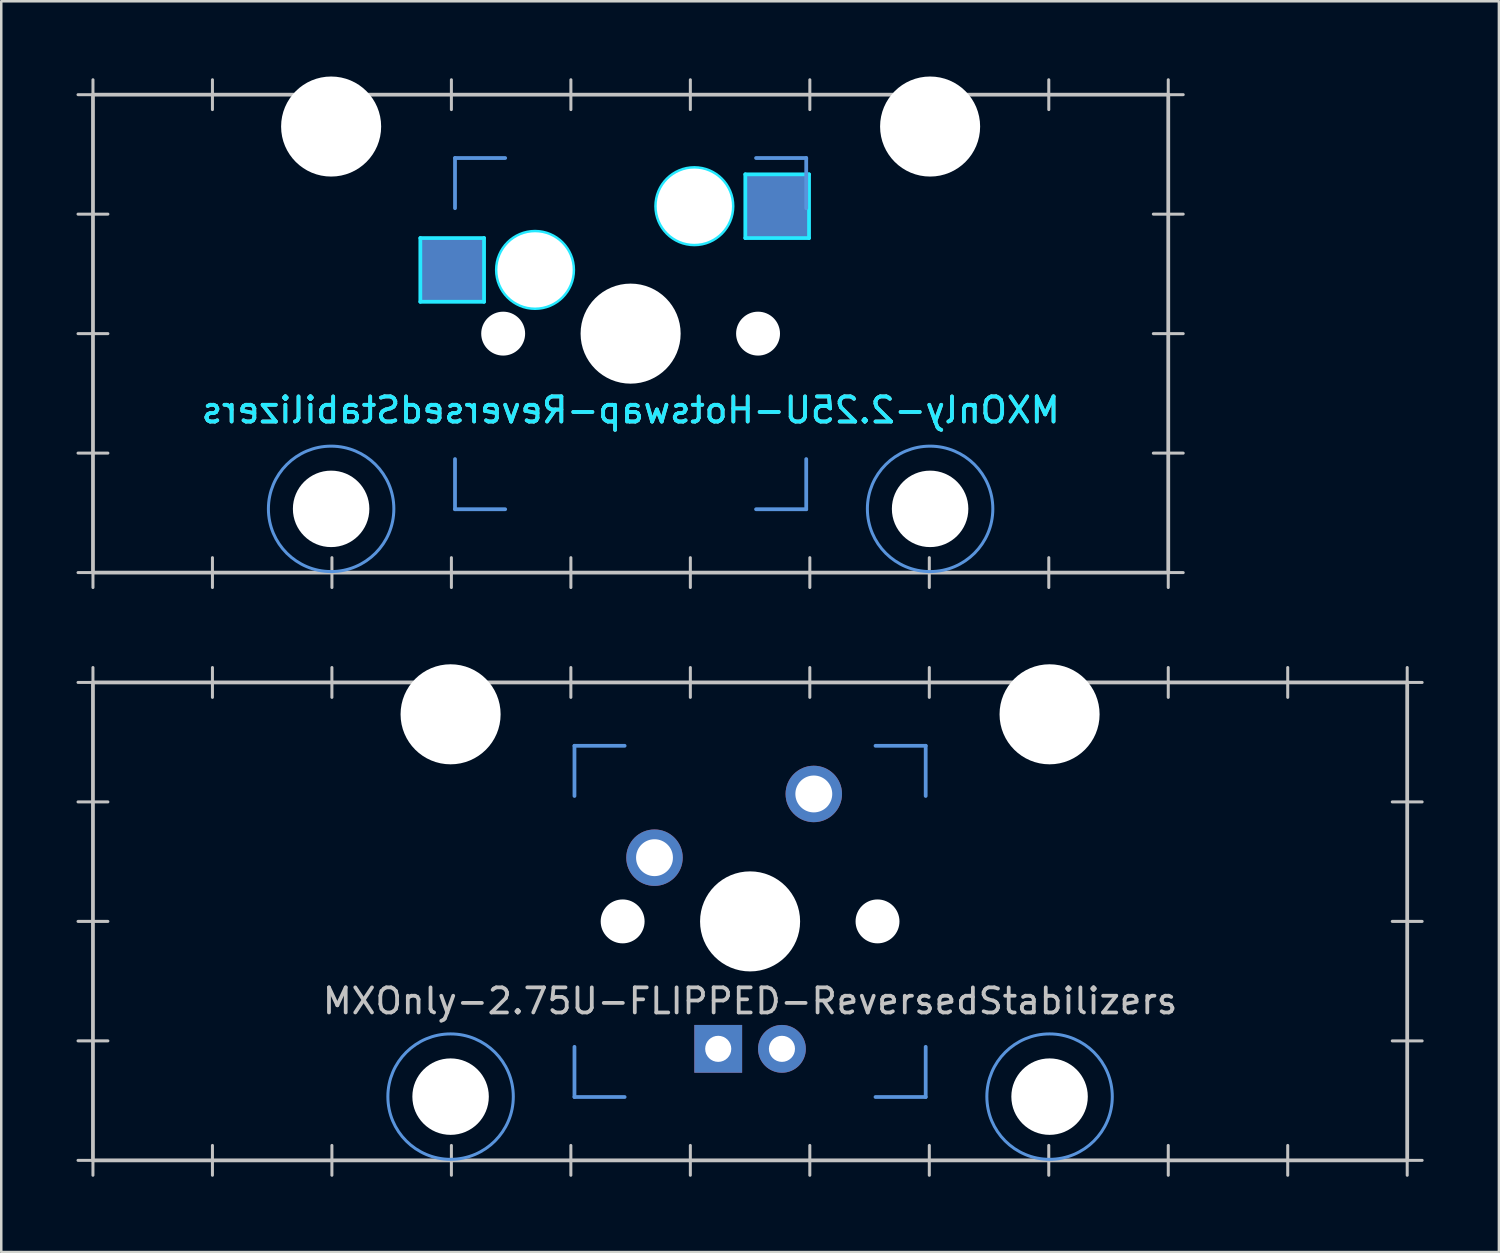
<source format=kicad_pcb>
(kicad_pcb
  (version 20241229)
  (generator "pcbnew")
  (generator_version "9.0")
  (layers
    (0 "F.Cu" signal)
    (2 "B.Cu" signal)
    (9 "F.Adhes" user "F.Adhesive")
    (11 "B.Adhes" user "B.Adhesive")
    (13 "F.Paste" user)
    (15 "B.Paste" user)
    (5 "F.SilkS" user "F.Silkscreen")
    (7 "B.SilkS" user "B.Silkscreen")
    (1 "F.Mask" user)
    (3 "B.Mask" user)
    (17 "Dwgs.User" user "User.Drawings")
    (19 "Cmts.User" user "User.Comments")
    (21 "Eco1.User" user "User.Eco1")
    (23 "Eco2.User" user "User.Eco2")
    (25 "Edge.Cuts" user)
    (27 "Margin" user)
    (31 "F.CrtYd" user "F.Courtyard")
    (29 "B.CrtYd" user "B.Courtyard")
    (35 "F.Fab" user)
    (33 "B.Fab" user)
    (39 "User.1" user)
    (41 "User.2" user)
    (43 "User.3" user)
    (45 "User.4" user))
  (footprint "MXOnly-2.75U-FLIPPED-ReversedStabilizers"
    (layer "F.Cu")
    (at 26.849 33.678)
    (property "Reference" "MXOnly-2.75U-FLIPPED-ReversedStabilizers" (at 0 3.175 0) (layer "Dwgs.User") (effects (font (size 1 1) (thickness 0.15))))
    (attr through_hole)
    (fp_line (start -26.789 -9.525) (end -26.194 -9.525) (stroke (width 0.12) (type solid)) (layer "Dwgs.User"))
    (fp_line (start -26.789 -0.000008) (end -25.598 -0.000008) (stroke (width 0.12) (type solid)) (layer "Dwgs.User"))
    (fp_line (start -26.789 4.762) (end -25.598 4.762) (stroke (width 0.12) (type solid)) (layer "Dwgs.User"))
    (fp_line (start -26.789 9.525) (end -26.194 9.525) (stroke (width 0.12) (type solid)) (layer "Dwgs.User"))
    (fp_line (start -26.194 10.12) (end -26.194 9.525) (stroke (width 0.12) (type solid)) (layer "Dwgs.User"))
    (fp_line (start -26.194 -10.12) (end -26.194 -9.525) (stroke (width 0.12) (type solid)) (layer "Dwgs.User"))
    (fp_line (start -26.194 -9.525) (end 26.194 -9.525) (stroke (width 0.15) (type solid)) (layer "Dwgs.User"))
    (fp_line (start -26.194 9.525) (end -26.194 -9.525) (stroke (width 0.15) (type solid)) (layer "Dwgs.User"))
    (fp_line (start -26.194 9.525) (end 26.194 9.525) (stroke (width 0.15) (type solid)) (layer "Dwgs.User"))
    (fp_line (start -25.598 -4.763) (end -26.789 -4.763) (stroke (width 0.12) (type solid)) (layer "Dwgs.User"))
    (fp_line (start -21.431 8.93) (end -21.431 10.12) (stroke (width 0.12) (type solid)) (layer "Dwgs.User"))
    (fp_line (start -21.431 -10.12) (end -21.431 -8.93) (stroke (width 0.12) (type solid)) (layer "Dwgs.User"))
    (fp_line (start -16.669 8.93) (end -16.669 10.12) (stroke (width 0.12) (type solid)) (layer "Dwgs.User"))
    (fp_line (start -16.669 -10.12) (end -16.669 -8.93) (stroke (width 0.12) (type solid)) (layer "Dwgs.User"))
    (fp_line (start -11.906 10.12) (end -11.906 8.93) (stroke (width 0.12) (type solid)) (layer "Dwgs.User"))
    (fp_line (start -11.906 -8.93) (end -11.906 -10.12) (stroke (width 0.12) (type solid)) (layer "Dwgs.User"))
    (fp_line (start -7.144 8.93) (end -7.144 10.12) (stroke (width 0.12) (type solid)) (layer "Dwgs.User"))
    (fp_line (start -7.144 -10.12) (end -7.144 -8.93) (stroke (width 0.12) (type solid)) (layer "Dwgs.User"))
    (fp_line (start -2.381 10.12) (end -2.381 8.93) (stroke (width 0.12) (type solid)) (layer "Dwgs.User"))
    (fp_line (start -2.381 -8.93) (end -2.381 -10.12) (stroke (width 0.12) (type solid)) (layer "Dwgs.User"))
    (fp_line (start 2.381 8.93) (end 2.381 10.12) (stroke (width 0.12) (type solid)) (layer "Dwgs.User"))
    (fp_line (start 2.381 -10.12) (end 2.381 -8.93) (stroke (width 0.12) (type solid)) (layer "Dwgs.User"))
    (fp_line (start 7.144 10.12) (end 7.144 8.93) (stroke (width 0.12) (type solid)) (layer "Dwgs.User"))
    (fp_line (start 7.144 -8.93) (end 7.144 -10.12) (stroke (width 0.12) (type solid)) (layer "Dwgs.User"))
    (fp_line (start 11.906 10.12) (end 11.906 8.93) (stroke (width 0.12) (type solid)) (layer "Dwgs.User"))
    (fp_line (start 11.906 -8.93) (end 11.906 -10.12) (stroke (width 0.12) (type solid)) (layer "Dwgs.User"))
    (fp_line (start 16.669 8.93) (end 16.669 10.12) (stroke (width 0.12) (type solid)) (layer "Dwgs.User"))
    (fp_line (start 16.669 -8.93) (end 16.669 -10.12) (stroke (width 0.12) (type solid)) (layer "Dwgs.User"))
    (fp_line (start 21.431 8.93) (end 21.431 10.12) (stroke (width 0.12) (type solid)) (layer "Dwgs.User"))
    (fp_line (start 21.431 -8.93) (end 21.431 -10.12) (stroke (width 0.12) (type solid)) (layer "Dwgs.User"))
    (fp_line (start 25.598 4.763) (end 26.789 4.763) (stroke (width 0.12) (type solid)) (layer "Dwgs.User"))
    (fp_line (start 26.194 -9.525) (end 26.194 9.525) (stroke (width 0.15) (type solid)) (layer "Dwgs.User"))
    (fp_line (start 26.194 10.12) (end 26.194 9.525) (stroke (width 0.12) (type solid)) (layer "Dwgs.User"))
    (fp_line (start 26.194 -10.12) (end 26.194 -9.525) (stroke (width 0.12) (type solid)) (layer "Dwgs.User"))
    (fp_line (start 26.789 -9.525) (end 26.194 -9.525) (stroke (width 0.12) (type solid)) (layer "Dwgs.User"))
    (fp_line (start 26.789 -4.763) (end 25.598 -4.763) (stroke (width 0.12) (type solid)) (layer "Dwgs.User"))
    (fp_line (start 26.789 0) (end 25.598 0) (stroke (width 0.12) (type solid)) (layer "Dwgs.User"))
    (fp_line (start 26.789 9.525) (end 26.194 9.525) (stroke (width 0.12) (type solid)) (layer "Dwgs.User"))
    (fp_line (start -7 -7) (end -7 -5) (stroke (width 0.15) (type solid)) (layer "Cmts.User"))
    (fp_line (start -7 7) (end -7 5) (stroke (width 0.15) (type solid)) (layer "Cmts.User"))
    (fp_line (start -5 -7) (end -7 -7) (stroke (width 0.15) (type solid)) (layer "Cmts.User"))
    (fp_line (start -5 7) (end -7 7) (stroke (width 0.15) (type solid)) (layer "Cmts.User"))
    (fp_line (start 5 -7) (end 7 -7) (stroke (width 0.15) (type solid)) (layer "Cmts.User"))
    (fp_line (start 7 -7) (end 7 -5) (stroke (width 0.15) (type solid)) (layer "Cmts.User"))
    (fp_line (start 7 5) (end 7 7) (stroke (width 0.15) (type solid)) (layer "Cmts.User"))
    (fp_line (start 7 7) (end 5 7) (stroke (width 0.15) (type solid)) (layer "Cmts.User"))
    (fp_circle (center -11.938 6.985) (end -14.438 6.985) (stroke (width 0.12) (type solid)) (fill no) (layer "Cmts.User"))
    (fp_circle (center 11.938 6.985) (end 9.438 6.985) (stroke (width 0.12) (type solid)) (fill no) (layer "Cmts.User"))
    (pad "" np_thru_hole circle (at -11.938 -8.255) (size 3.988 3.988) (drill 3.988) (layers "*.Cu" "*.Mask"))
    (pad "" np_thru_hole circle (at -11.938 6.985) (size 3.048 3.048) (drill 3.048) (layers "*.Cu" "*.Mask"))
    (pad "" np_thru_hole circle (at -5.08 0 48.1) (size 1.75 1.75) (drill 1.75) (layers "*.Cu" "*.Mask"))
    (pad "" np_thru_hole circle (at 0 0) (size 3.988 3.988) (drill 3.988) (layers "*.Cu" "*.Mask"))
    (pad "" np_thru_hole circle (at 5.08 0 48.1) (size 1.75 1.75) (drill 1.75) (layers "*.Cu" "*.Mask"))
    (pad "" np_thru_hole circle (at 11.938 -8.255) (size 3.988 3.988) (drill 3.988) (layers "*.Cu" "*.Mask"))
    (pad "" np_thru_hole circle (at 11.938 6.985) (size 3.048 3.048) (drill 3.048) (layers "*.Cu" "*.Mask"))
    (pad "1" thru_hole circle (at -3.81 -2.54) (size 2.25 2.25) (drill 1.47) (layers "*.Cu" "B.Mask"))
    (pad "2" thru_hole circle (at 2.54 -5.08) (size 2.25 2.25) (drill 1.47) (layers "*.Cu" "B.Mask"))
    (pad "3" thru_hole circle (at 1.27 5.08) (size 1.905 1.905) (drill 1.04) (layers "*.Cu" "B.Mask"))
    (pad "4" thru_hole rect (at -1.27 5.08) (size 1.905 1.905) (drill 1.04) (layers "*.Cu" "B.Mask")))
  (footprint "MXOnly-2.25U-Hotswap-ReversedStabilizers"
    (layer "F.Cu")
    (at 22.087 10.249)
    (property "Reference" "MXOnly-2.25U-Hotswap-ReversedStabilizers" (at 0 3.048 0) (layer "B.CrtYd") (effects (font (size 1 1) (thickness 0.15)) (justify mirror)))
    (attr smd)
    (fp_line (start -22.027 -9.525) (end -21.431 -9.525) (stroke (width 0.12) (type solid)) (layer "Dwgs.User"))
    (fp_line (start -22.027 -0.000008) (end -20.836 -0.000008) (stroke (width 0.12) (type solid)) (layer "Dwgs.User"))
    (fp_line (start -22.027 4.762) (end -20.836 4.762) (stroke (width 0.12) (type solid)) (layer "Dwgs.User"))
    (fp_line (start -22.027 9.525) (end -21.431 9.525) (stroke (width 0.12) (type solid)) (layer "Dwgs.User"))
    (fp_line (start -21.431 10.12) (end -21.431 9.525) (stroke (width 0.12) (type solid)) (layer "Dwgs.User"))
    (fp_line (start -21.431 -10.12) (end -21.431 -9.525) (stroke (width 0.12) (type solid)) (layer "Dwgs.User"))
    (fp_line (start -21.431 -9.525) (end 21.431 -9.525) (stroke (width 0.15) (type solid)) (layer "Dwgs.User"))
    (fp_line (start -21.431 9.525) (end -21.431 -9.525) (stroke (width 0.15) (type solid)) (layer "Dwgs.User"))
    (fp_line (start -20.836 -4.763) (end -22.027 -4.763) (stroke (width 0.12) (type solid)) (layer "Dwgs.User"))
    (fp_line (start -16.669 8.93) (end -16.669 10.12) (stroke (width 0.12) (type solid)) (layer "Dwgs.User"))
    (fp_line (start -16.669 -10.12) (end -16.669 -8.93) (stroke (width 0.12) (type solid)) (layer "Dwgs.User"))
    (fp_line (start -11.906 8.93) (end -11.906 10.12) (stroke (width 0.12) (type solid)) (layer "Dwgs.User"))
    (fp_line (start -11.906 -10.12) (end -11.906 -8.93) (stroke (width 0.12) (type solid)) (layer "Dwgs.User"))
    (fp_line (start -7.144 10.12) (end -7.144 8.93) (stroke (width 0.12) (type solid)) (layer "Dwgs.User"))
    (fp_line (start -7.144 -8.93) (end -7.144 -10.12) (stroke (width 0.12) (type solid)) (layer "Dwgs.User"))
    (fp_line (start -2.381 8.93) (end -2.381 10.12) (stroke (width 0.12) (type solid)) (layer "Dwgs.User"))
    (fp_line (start -2.381 -10.12) (end -2.381 -8.93) (stroke (width 0.12) (type solid)) (layer "Dwgs.User"))
    (fp_line (start 2.381 10.12) (end 2.381 8.93) (stroke (width 0.12) (type solid)) (layer "Dwgs.User"))
    (fp_line (start 2.381 -8.93) (end 2.381 -10.12) (stroke (width 0.12) (type solid)) (layer "Dwgs.User"))
    (fp_line (start 7.144 8.93) (end 7.144 10.12) (stroke (width 0.12) (type solid)) (layer "Dwgs.User"))
    (fp_line (start 7.144 -10.12) (end 7.144 -8.93) (stroke (width 0.12) (type solid)) (layer "Dwgs.User"))
    (fp_line (start 11.906 10.12) (end 11.906 8.93) (stroke (width 0.12) (type solid)) (layer "Dwgs.User"))
    (fp_line (start 11.906 -8.93) (end 11.906 -10.12) (stroke (width 0.12) (type solid)) (layer "Dwgs.User"))
    (fp_line (start 16.669 10.12) (end 16.669 8.93) (stroke (width 0.12) (type solid)) (layer "Dwgs.User"))
    (fp_line (start 16.669 -8.93) (end 16.669 -10.12) (stroke (width 0.12) (type solid)) (layer "Dwgs.User"))
    (fp_line (start 20.836 4.763) (end 22.027 4.763) (stroke (width 0.12) (type solid)) (layer "Dwgs.User"))
    (fp_line (start 21.431 -9.525) (end 21.431 9.525) (stroke (width 0.15) (type solid)) (layer "Dwgs.User"))
    (fp_line (start 21.431 9.525) (end -21.431 9.525) (stroke (width 0.15) (type solid)) (layer "Dwgs.User"))
    (fp_line (start 21.431 10.12) (end 21.431 9.525) (stroke (width 0.12) (type solid)) (layer "Dwgs.User"))
    (fp_line (start 21.431 -10.12) (end 21.431 -9.525) (stroke (width 0.12) (type solid)) (layer "Dwgs.User"))
    (fp_line (start 22.027 -9.525) (end 21.431 -9.525) (stroke (width 0.12) (type solid)) (layer "Dwgs.User"))
    (fp_line (start 22.027 -4.763) (end 20.836 -4.763) (stroke (width 0.12) (type solid)) (layer "Dwgs.User"))
    (fp_line (start 22.027 0) (end 20.836 0) (stroke (width 0.12) (type solid)) (layer "Dwgs.User"))
    (fp_line (start 22.027 9.525) (end 21.431 9.525) (stroke (width 0.12) (type solid)) (layer "Dwgs.User"))
    (fp_line (start -7 -7) (end -7 -5) (stroke (width 0.15) (type solid)) (layer "Cmts.User"))
    (fp_line (start -7 7) (end -7 5) (stroke (width 0.15) (type solid)) (layer "Cmts.User"))
    (fp_line (start -5 -7) (end -7 -7) (stroke (width 0.15) (type solid)) (layer "Cmts.User"))
    (fp_line (start -5 7) (end -7 7) (stroke (width 0.15) (type solid)) (layer "Cmts.User"))
    (fp_line (start 5 -7) (end 7 -7) (stroke (width 0.15) (type solid)) (layer "Cmts.User"))
    (fp_line (start 7 -7) (end 7 -5) (stroke (width 0.15) (type solid)) (layer "Cmts.User"))
    (fp_line (start 7 5) (end 7 7) (stroke (width 0.15) (type solid)) (layer "Cmts.User"))
    (fp_line (start 7 7) (end 5 7) (stroke (width 0.15) (type solid)) (layer "Cmts.User"))
    (fp_circle (center -11.938 6.985) (end -14.438 6.985) (stroke (width 0.12) (type solid)) (fill no) (layer "Cmts.User"))
    (fp_circle (center 11.938 6.985) (end 9.438 6.985) (stroke (width 0.12) (type solid)) (fill no) (layer "Cmts.User"))
    (fp_line (start -8.382 -3.81) (end -5.842 -3.81) (stroke (width 0.15) (type solid)) (layer "B.CrtYd"))
    (fp_line (start -8.382 -1.27) (end -8.382 -3.81) (stroke (width 0.15) (type solid)) (layer "B.CrtYd"))
    (fp_line (start -5.842 -3.81) (end -5.842 -1.27) (stroke (width 0.15) (type solid)) (layer "B.CrtYd"))
    (fp_line (start -5.842 -1.27) (end -8.382 -1.27) (stroke (width 0.15) (type solid)) (layer "B.CrtYd"))
    (fp_line (start 4.572 -6.35) (end 7.112 -6.35) (stroke (width 0.15) (type solid)) (layer "B.CrtYd"))
    (fp_line (start 4.572 -3.81) (end 4.572 -6.35) (stroke (width 0.15) (type solid)) (layer "B.CrtYd"))
    (fp_line (start 7.112 -6.35) (end 7.112 -3.81) (stroke (width 0.15) (type solid)) (layer "B.CrtYd"))
    (fp_line (start 7.112 -3.81) (end 4.572 -3.81) (stroke (width 0.15) (type solid)) (layer "B.CrtYd"))
    (fp_circle (center -3.81 -2.54) (end -3.81 -4.064) (stroke (width 0.15) (type solid)) (fill no) (layer "B.CrtYd"))
    (fp_circle (center 2.54 -5.08) (end 2.54 -6.604) (stroke (width 0.15) (type solid)) (fill no) (layer "B.CrtYd"))
    (fp_text user "${REFERENCE}" (at 0 3.048 0) (layer "B.SilkS") (effects (font (size 1 1) (thickness 0.15)) (justify mirror)))
    (pad "" np_thru_hole circle (at -11.938 -8.255) (size 3.988 3.988) (drill 3.988) (layers "*.Cu" "*.Mask"))
    (pad "" np_thru_hole circle (at -11.938 6.985) (size 3.048 3.048) (drill 3.048) (layers "*.Cu" "*.Mask"))
    (pad "" np_thru_hole circle (at -5.08 0 48.1) (size 1.75 1.75) (drill 1.75) (layers "*.Cu" "*.Mask"))
    (pad "" np_thru_hole circle (at -3.81 -2.54) (size 3 3) (drill 3) (layers "*.Cu" "*.Mask"))
    (pad "" np_thru_hole circle (at 0 0) (size 3.988 3.988) (drill 3.988) (layers "*.Cu" "*.Mask"))
    (pad "" np_thru_hole circle (at 2.54 -5.08) (size 3 3) (drill 3) (layers "*.Cu" "*.Mask"))
    (pad "" np_thru_hole circle (at 5.08 0 48.1) (size 1.75 1.75) (drill 1.75) (layers "*.Cu" "*.Mask"))
    (pad "" np_thru_hole circle (at 11.938 -8.255) (size 3.988 3.988) (drill 3.988) (layers "*.Cu" "*.Mask"))
    (pad "" np_thru_hole circle (at 11.938 6.985) (size 3.048 3.048) (drill 3.048) (layers "*.Cu" "*.Mask"))
    (pad "1" smd rect (at -7.085 -2.54) (size 2.55 2.5) (layers "B.Cu" "B.Mask" "B.Paste"))
    (pad "2" smd rect (at 5.842 -5.08) (size 2.55 2.5) (layers "B.Cu" "B.Mask" "B.Paste")))
  (gr_rect
    (start -3 -3)
    (end 56.698 46.858)
    (stroke (width 0.1) (type default))
    (fill no)
    (layer "Edge.Cuts")))
</source>
